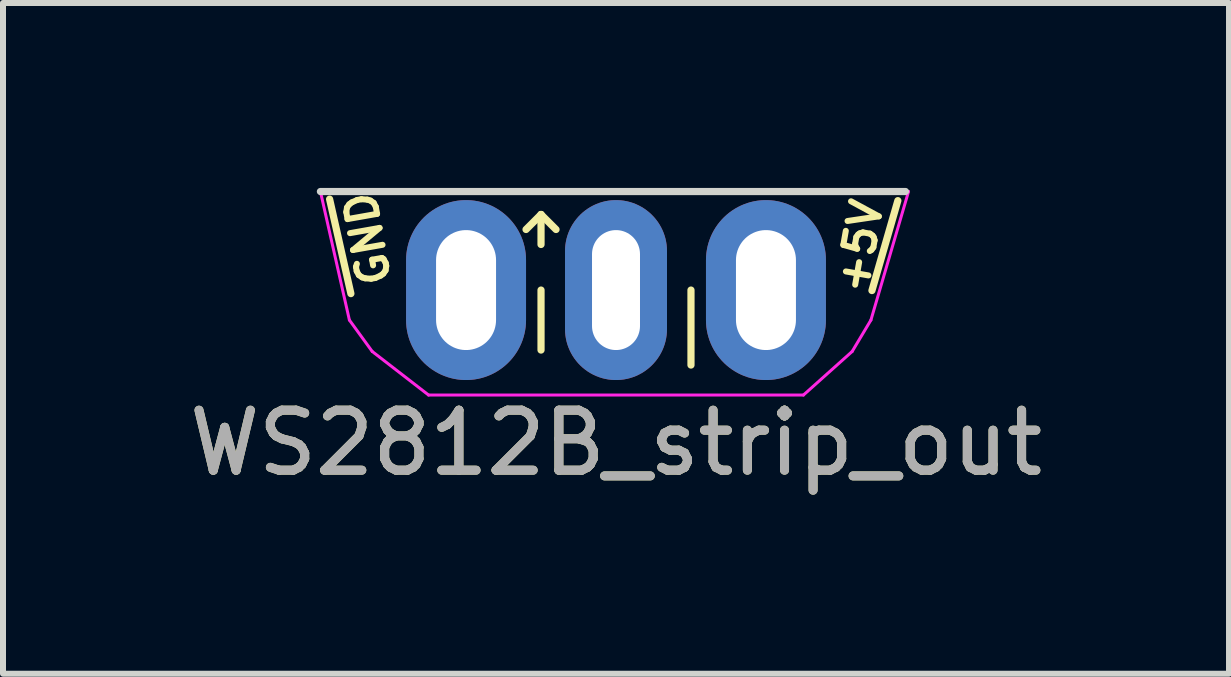
<source format=kicad_pcb>
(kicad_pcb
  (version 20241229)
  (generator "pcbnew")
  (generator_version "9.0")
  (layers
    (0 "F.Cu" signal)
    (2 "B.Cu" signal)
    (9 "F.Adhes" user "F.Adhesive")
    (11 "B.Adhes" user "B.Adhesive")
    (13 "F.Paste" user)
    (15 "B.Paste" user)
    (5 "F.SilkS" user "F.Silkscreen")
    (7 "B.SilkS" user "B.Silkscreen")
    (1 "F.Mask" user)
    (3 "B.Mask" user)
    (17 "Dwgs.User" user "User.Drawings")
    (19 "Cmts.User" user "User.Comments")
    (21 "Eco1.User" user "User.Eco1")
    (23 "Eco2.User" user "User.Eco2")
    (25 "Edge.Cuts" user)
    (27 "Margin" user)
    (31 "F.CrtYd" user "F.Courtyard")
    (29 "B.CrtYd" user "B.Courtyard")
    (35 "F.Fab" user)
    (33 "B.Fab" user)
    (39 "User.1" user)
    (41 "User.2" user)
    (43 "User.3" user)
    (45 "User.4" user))
  (footprint "WS2812B_strip_out"
    (layer "F.Cu")
    (at 7.22 1.286)
    (property "Reference" "WS2812B_strip_out" (at 0 3.048 0) (unlocked yes) (layer "F.SilkS") (effects (font (size 1 1) (thickness 0.15))))
    (attr through_hole)
    (fp_line (start -4.775 -1.016) (end -4.42 0.559) (stroke (width 0.12) (type solid)) (layer "F.SilkS"))
    (fp_line (start -1.5 -0.51) (end -1.25 -0.76) (stroke (width 0.12) (type solid)) (layer "F.SilkS"))
    (fp_line (start -1.25 -0.76) (end -1.25 -0.26) (stroke (width 0.12) (type solid)) (layer "F.SilkS"))
    (fp_line (start -1.25 -0.76) (end -1 -0.51) (stroke (width 0.12) (type solid)) (layer "F.SilkS"))
    (fp_line (start -1.25 0.5) (end -1.25 1.5) (stroke (width 0.12) (type solid)) (layer "F.SilkS"))
    (fp_line (start 1.25 0.5) (end 1.25 1.75) (stroke (width 0.12) (type solid)) (layer "F.SilkS"))
    (fp_line (start 4.699 -0.991) (end 4.267 0.508) (stroke (width 0.12) (type solid)) (layer "F.SilkS"))
    (fp_line (start -4.928 -1.143) (end 4.826 -1.143) (stroke (width 0.12) (type solid)) (layer "Edge.Cuts"))
    (fp_line (start -4.928 -1.143) (end -4.445 1) (stroke (width 0.05) (type solid)) (layer "F.CrtYd"))
    (fp_line (start -4.928 -1.143) (end 4.877 -1.143) (stroke (width 0.05) (type solid)) (layer "F.CrtYd"))
    (fp_line (start -4.445 1) (end -4.064 1.524) (stroke (width 0.05) (type solid)) (layer "F.CrtYd"))
    (fp_line (start -4.064 1.524) (end -3.125 2.25) (stroke (width 0.05) (type solid)) (layer "F.CrtYd"))
    (fp_line (start 3.125 2.25) (end -3.125 2.25) (stroke (width 0.05) (type solid)) (layer "F.CrtYd"))
    (fp_line (start 3.937 1.524) (end 3.125 2.25) (stroke (width 0.05) (type solid)) (layer "F.CrtYd"))
    (fp_line (start 4.25 1) (end 3.937 1.524) (stroke (width 0.05) (type solid)) (layer "F.CrtYd"))
    (fp_line (start 4.877 -1.143) (end 4.25 1) (stroke (width 0.05) (type solid)) (layer "F.CrtYd"))
    (fp_text user "+5V" (at 4.064 -0.229 80) (unlocked yes) (layer "F.SilkS") (effects (font (size 0.5 0.5) (thickness 0.1))))
    (fp_text user "GND" (at -4.14 -0.356 100) (unlocked yes) (layer "F.SilkS") (effects (font (size 0.5 0.5) (thickness 0.1))))
    (fp_text user "${REFERENCE}" (at 0 3.048 0) (unlocked yes) (layer "F.Fab") (effects (font (size 1 1) (thickness 0.15))))
    (pad "1" thru_hole oval (at 2.5 0.5) (size 2 3) (drill oval 1 2) (layers "*.Cu" "*.Mask"))
    (pad "2" thru_hole oval (at 0 0.5) (size 1.7 3) (drill oval 0.8 2) (layers "*.Cu" "*.Mask"))
    (pad "3" thru_hole oval (at -2.5 0.5) (size 2 3) (drill oval 1 2) (layers "*.Cu" "*.Mask")))
  (gr_rect
    (start -3 -3)
    (end 17.44 8.182)
    (stroke (width 0.1) (type default))
    (fill no)
    (layer "Edge.Cuts")))
</source>
